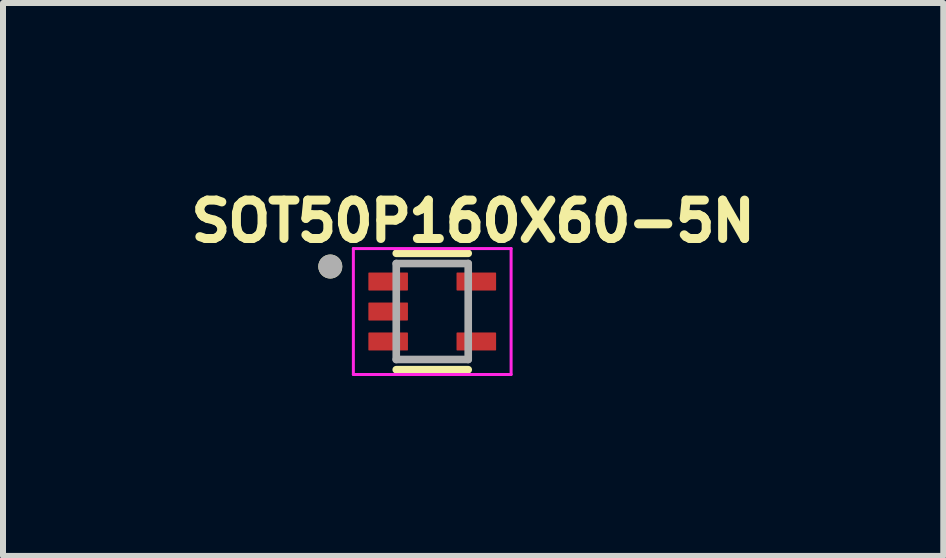
<source format=kicad_pcb>
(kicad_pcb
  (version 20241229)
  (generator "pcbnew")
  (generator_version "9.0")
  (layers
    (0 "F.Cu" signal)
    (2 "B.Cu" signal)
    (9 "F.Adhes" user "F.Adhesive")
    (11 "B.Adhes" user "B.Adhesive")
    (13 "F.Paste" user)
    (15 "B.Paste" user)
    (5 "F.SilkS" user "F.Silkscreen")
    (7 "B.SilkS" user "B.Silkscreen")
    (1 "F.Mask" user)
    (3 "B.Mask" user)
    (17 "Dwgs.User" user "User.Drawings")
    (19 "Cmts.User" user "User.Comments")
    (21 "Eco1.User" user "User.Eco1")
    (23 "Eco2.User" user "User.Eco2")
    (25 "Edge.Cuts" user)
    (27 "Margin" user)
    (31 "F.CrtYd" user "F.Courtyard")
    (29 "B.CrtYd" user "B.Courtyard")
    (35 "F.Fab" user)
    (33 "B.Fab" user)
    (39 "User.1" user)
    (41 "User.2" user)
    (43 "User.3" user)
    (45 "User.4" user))
  (footprint "SOT50P160X60-5N"
    (layer "F.Cu")
    (at 4.157 2.144)
    (property "Reference" "SOT50P160X60-5N" (at 0.682 -1.506 0) (layer "F.SilkS") (effects (font (size 0.64 0.64) (thickness 0.15))))
    (attr through_hole)
    (fp_line (start -0.6 -0.97) (end 0.6 -0.97) (stroke (width 0.127) (type solid)) (layer "F.SilkS"))
    (fp_line (start 0.6 0.97) (end -0.6 0.97) (stroke (width 0.127) (type solid)) (layer "F.SilkS"))
    (fp_circle (center -1.7 -0.75) (end -1.6 -0.75) (stroke (width 0.2) (type solid)) (fill no) (layer "F.SilkS"))
    (fp_line (start -1.315 -1.05) (end 1.315 -1.05) (stroke (width 0.05) (type solid)) (layer "F.CrtYd"))
    (fp_line (start -1.315 1.05) (end -1.315 -1.05) (stroke (width 0.05) (type solid)) (layer "F.CrtYd"))
    (fp_line (start 1.315 -1.05) (end 1.315 1.05) (stroke (width 0.05) (type solid)) (layer "F.CrtYd"))
    (fp_line (start 1.315 1.05) (end -1.315 1.05) (stroke (width 0.05) (type solid)) (layer "F.CrtYd"))
    (fp_line (start -0.6 -0.8) (end 0.6 -0.8) (stroke (width 0.127) (type solid)) (layer "F.Fab"))
    (fp_line (start -0.6 0.8) (end -0.6 -0.8) (stroke (width 0.127) (type solid)) (layer "F.Fab"))
    (fp_line (start 0.6 -0.8) (end 0.6 0.8) (stroke (width 0.127) (type solid)) (layer "F.Fab"))
    (fp_line (start 0.6 0.8) (end -0.6 0.8) (stroke (width 0.127) (type solid)) (layer "F.Fab"))
    (fp_circle (center -1.7 -0.75) (end -1.6 -0.75) (stroke (width 0.2) (type solid)) (fill no) (layer "F.Fab"))
    (pad "1" smd roundrect (at -0.735 -0.5) (size 0.66 0.3) (layers "F.Cu" "F.Mask" "F.Paste") (roundrect_rratio 0.04))
    (pad "2" smd roundrect (at -0.735 0) (size 0.66 0.3) (layers "F.Cu" "F.Mask" "F.Paste") (roundrect_rratio 0.04))
    (pad "3" smd roundrect (at -0.735 0.5) (size 0.66 0.3) (layers "F.Cu" "F.Mask" "F.Paste") (roundrect_rratio 0.04))
    (pad "4" smd roundrect (at 0.735 0.5) (size 0.66 0.3) (layers "F.Cu" "F.Mask" "F.Paste") (roundrect_rratio 0.04))
    (pad "5" smd roundrect (at 0.735 -0.5) (size 0.66 0.3) (layers "F.Cu" "F.Mask" "F.Paste") (roundrect_rratio 0.04)))
  (gr_rect
    (start -3 -3)
    (end 12.678 6.219)
    (stroke (width 0.1) (type default))
    (fill no)
    (layer "Edge.Cuts")))
</source>
